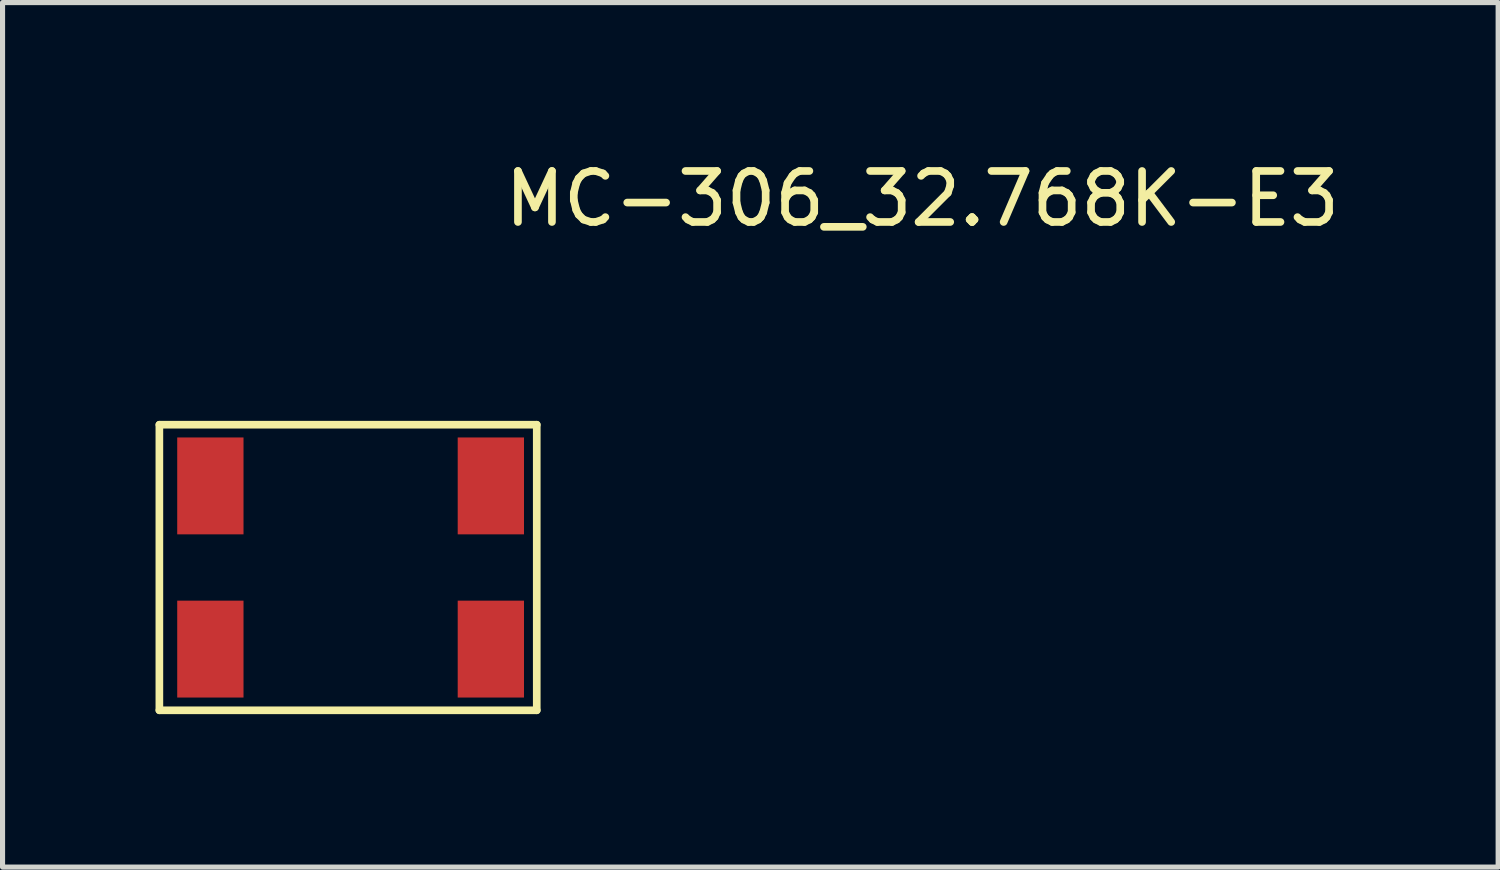
<source format=kicad_pcb>
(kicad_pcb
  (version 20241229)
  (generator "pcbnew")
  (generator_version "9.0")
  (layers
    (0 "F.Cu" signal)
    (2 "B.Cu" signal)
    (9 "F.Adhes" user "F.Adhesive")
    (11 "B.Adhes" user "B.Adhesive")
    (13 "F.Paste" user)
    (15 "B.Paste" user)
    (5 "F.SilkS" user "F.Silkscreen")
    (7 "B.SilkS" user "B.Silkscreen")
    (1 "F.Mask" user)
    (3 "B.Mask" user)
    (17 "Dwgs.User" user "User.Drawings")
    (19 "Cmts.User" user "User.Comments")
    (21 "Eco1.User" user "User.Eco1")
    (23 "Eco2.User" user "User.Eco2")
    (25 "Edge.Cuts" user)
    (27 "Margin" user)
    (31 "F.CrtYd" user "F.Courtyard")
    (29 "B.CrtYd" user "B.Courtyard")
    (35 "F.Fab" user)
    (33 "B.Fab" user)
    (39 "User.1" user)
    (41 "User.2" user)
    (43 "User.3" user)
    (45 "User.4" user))
  (footprint "MC-306_32.768K-E3"
    (layer "F.Cu")
    (at 4.035 7.748)
    (property "Reference" "MC-306_32.768K-E3" (at 11 -6.9 0) (layer "F.SilkS") (effects (font (size 1 1) (thickness 0.15))))
    (attr through_hole)
    (fp_line (start -3.96 -2.47) (end -3.96 3.13) (stroke (width 0.15) (type solid)) (layer "F.SilkS"))
    (fp_line (start -3.96 3.13) (end 3.44 3.13) (stroke (width 0.15) (type solid)) (layer "F.SilkS"))
    (fp_line (start 3.44 -2.47) (end -3.96 -2.47) (stroke (width 0.15) (type solid)) (layer "F.SilkS"))
    (fp_line (start 3.44 3.13) (end 3.44 -2.47) (stroke (width 0.15) (type solid)) (layer "F.SilkS"))
    (pad "1" smd rect (at 2.54 -1.27) (size 1.3 1.9) (layers "F.Cu" "F.Mask" "F.Paste"))
    (pad "2" smd rect (at -2.96 -1.27) (size 1.3 1.9) (layers "F.Cu" "F.Mask" "F.Paste"))
    (pad "3" smd rect (at -2.96 1.93) (size 1.3 1.9) (layers "F.Cu" "F.Mask" "F.Paste"))
    (pad "4" smd rect (at 2.54 1.93) (size 1.3 1.9) (layers "F.Cu" "F.Mask" "F.Paste")))
  (gr_rect
    (start -3 -3)
    (end 26.327 13.953)
    (stroke (width 0.1) (type default))
    (fill no)
    (layer "Edge.Cuts")))
</source>
